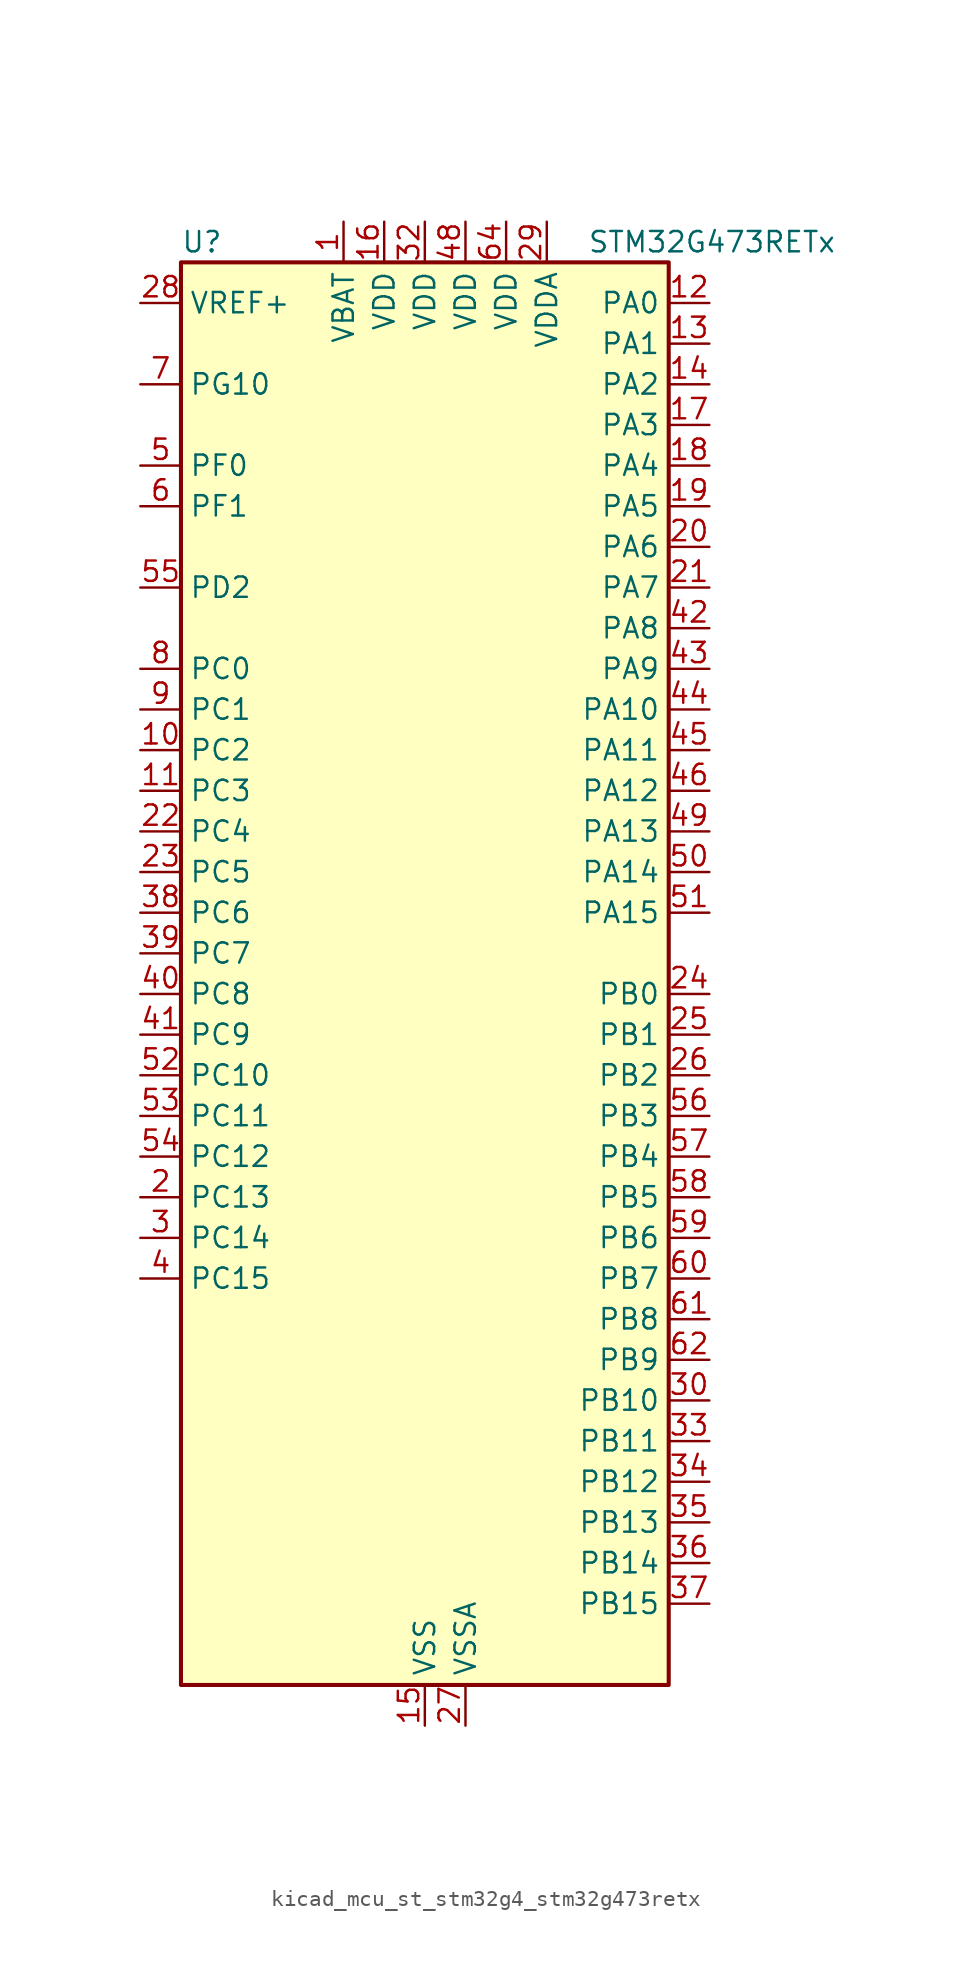
<source format=kicad_sym>
(kicad_symbol_lib
  (version 20220914)
  (generator kicad_symbol_editor)
  (symbol "kicad_mcu_st_stm32g4_stm32g473retx"
    (property "Reference" "U"
      (at -15.24 46.99 0)
      (effects (font (size 1.27 1.27)) (justify left)))
    (property "Value" "STM32G473RETx"
      (at 10.16 46.99 0)
      (effects (font (size 1.27 1.27)) (justify left)))
    (property "ki_locked" ""
      (at 0 0 0)
      (effects (font (size 1.27 1.27))))
    (symbol "kicad_mcu_st_stm32g4_stm32g473retx_0_1"
      (rectangle (start -15.24 -43.18) (end 15.24 45.72) (stroke (width 0.254) (type default)) (fill (type background))))
    (symbol "kicad_mcu_st_stm32g4_stm32g473retx_1_1"
      (pin power_in line (at -5.08 48.26 270) (length 2.54) (name "VBAT" (effects (font (size 1.27 1.27)))) (number "1" (effects (font (size 1.27 1.27)))))
      (pin bidirectional line (at -17.78 15.24 0) (length 2.54) (name "PC2" (effects (font (size 1.27 1.27)))) (number "10" (effects (font (size 1.27 1.27)))) (alternate "ADC1_IN8" bidirectional line) (alternate "ADC2_IN8" bidirectional line) (alternate "ADC3_EXTI2" bidirectional line) (alternate "ADC4_EXTI2" bidirectional line) (alternate "ADC5_EXTI2" bidirectional line) (alternate "COMP3_OUT" bidirectional line) (alternate "LPTIM1_IN2" bidirectional line) (alternate "QUADSPI1_BK2_IO1" bidirectional line) (alternate "TIM1_CH3" bidirectional line) (alternate "TIM20_CH2" bidirectional line))
      (pin bidirectional line (at -17.78 12.7 0) (length 2.54) (name "PC3" (effects (font (size 1.27 1.27)))) (number "11" (effects (font (size 1.27 1.27)))) (alternate "ADC1_IN9" bidirectional line) (alternate "ADC2_IN9" bidirectional line) (alternate "ADC3_EXTI3" bidirectional line) (alternate "ADC4_EXTI3" bidirectional line) (alternate "ADC5_EXTI3" bidirectional line) (alternate "LPTIM1_ETR" bidirectional line) (alternate "OPAMP5_VINP" bidirectional line) (alternate "OPAMP5_VINP_SEC" bidirectional line) (alternate "QUADSPI1_BK2_IO2" bidirectional line) (alternate "SAI1_D1" bidirectional line) (alternate "SAI1_SD_A" bidirectional line) (alternate "TIM1_BKIN2" bidirectional line) (alternate "TIM1_CH4" bidirectional line))
      (pin bidirectional line (at 17.78 43.18 180) (length 2.54) (name "PA0" (effects (font (size 1.27 1.27)))) (number "12" (effects (font (size 1.27 1.27)))) (alternate "ADC1_IN1" bidirectional line) (alternate "ADC2_IN1" bidirectional line) (alternate "COMP1_INM" bidirectional line) (alternate "COMP1_OUT" bidirectional line) (alternate "COMP3_INP" bidirectional line) (alternate "RTC_TAMP2" bidirectional line) (alternate "SYS_WKUP1" bidirectional line) (alternate "TIM2_CH1" bidirectional line) (alternate "TIM2_ETR" bidirectional line) (alternate "TIM5_CH1" bidirectional line) (alternate "TIM8_BKIN" bidirectional line) (alternate "TIM8_ETR" bidirectional line) (alternate "USART2_CTS" bidirectional line) (alternate "USART2_NSS" bidirectional line))
      (pin bidirectional line (at 17.78 40.64 180) (length 2.54) (name "PA1" (effects (font (size 1.27 1.27)))) (number "13" (effects (font (size 1.27 1.27)))) (alternate "ADC1_IN2" bidirectional line) (alternate "ADC2_IN2" bidirectional line) (alternate "COMP1_INP" bidirectional line) (alternate "OPAMP1_VINP" bidirectional line) (alternate "OPAMP1_VINP_SEC" bidirectional line) (alternate "OPAMP3_VINP" bidirectional line) (alternate "OPAMP3_VINP_SEC" bidirectional line) (alternate "OPAMP6_VINM" bidirectional line) (alternate "OPAMP6_VINM0" bidirectional line) (alternate "OPAMP6_VINM_SEC" bidirectional line) (alternate "RTC_REFIN" bidirectional line) (alternate "TIM15_CH1N" bidirectional line) (alternate "TIM2_CH2" bidirectional line) (alternate "TIM5_CH2" bidirectional line) (alternate "USART2_DE" bidirectional line) (alternate "USART2_RTS" bidirectional line))
      (pin bidirectional line (at 17.78 38.1 180) (length 2.54) (name "PA2" (effects (font (size 1.27 1.27)))) (number "14" (effects (font (size 1.27 1.27)))) (alternate "ADC1_IN3" bidirectional line) (alternate "ADC3_EXTI2" bidirectional line) (alternate "ADC4_EXTI2" bidirectional line) (alternate "ADC5_EXTI2" bidirectional line) (alternate "COMP2_INM" bidirectional line) (alternate "COMP2_OUT" bidirectional line) (alternate "LPUART1_TX" bidirectional line) (alternate "OPAMP1_VOUT" bidirectional line) (alternate "QUADSPI1_BK1_NCS" bidirectional line) (alternate "RCC_LSCO" bidirectional line) (alternate "SYS_WKUP4" bidirectional line) (alternate "TIM15_CH1" bidirectional line) (alternate "TIM2_CH3" bidirectional line) (alternate "TIM5_CH3" bidirectional line) (alternate "UCPD1_FRSTX1" bidirectional line) (alternate "UCPD1_FRSTX2" bidirectional line) (alternate "USART2_TX" bidirectional line))
      (pin power_in line (at 0 -45.72 90) (length 2.54) (name "VSS" (effects (font (size 1.27 1.27)))) (number "15" (effects (font (size 1.27 1.27)))))
      (pin power_in line (at -2.54 48.26 270) (length 2.54) (name "VDD" (effects (font (size 1.27 1.27)))) (number "16" (effects (font (size 1.27 1.27)))))
      (pin bidirectional line (at 17.78 35.56 180) (length 2.54) (name "PA3" (effects (font (size 1.27 1.27)))) (number "17" (effects (font (size 1.27 1.27)))) (alternate "ADC1_IN4" bidirectional line) (alternate "ADC3_EXTI3" bidirectional line) (alternate "ADC4_EXTI3" bidirectional line) (alternate "ADC5_EXTI3" bidirectional line) (alternate "COMP2_INP" bidirectional line) (alternate "LPUART1_RX" bidirectional line) (alternate "OPAMP1_VINM" bidirectional line) (alternate "OPAMP1_VINM0" bidirectional line) (alternate "OPAMP1_VINM_SEC" bidirectional line) (alternate "OPAMP1_VINP" bidirectional line) (alternate "OPAMP1_VINP_SEC" bidirectional line) (alternate "OPAMP5_VINM" bidirectional line) (alternate "OPAMP5_VINM1" bidirectional line) (alternate "OPAMP5_VINM_SEC" bidirectional line) (alternate "QUADSPI1_CLK" bidirectional line) (alternate "SAI1_CK1" bidirectional line) (alternate "SAI1_MCLK_A" bidirectional line) (alternate "TIM15_CH2" bidirectional line) (alternate "TIM2_CH4" bidirectional line) (alternate "TIM5_CH4" bidirectional line) (alternate "USART2_RX" bidirectional line))
      (pin bidirectional line (at 17.78 33.02 180) (length 2.54) (name "PA4" (effects (font (size 1.27 1.27)))) (number "18" (effects (font (size 1.27 1.27)))) (alternate "ADC2_IN17" bidirectional line) (alternate "COMP1_INM" bidirectional line) (alternate "DAC1_OUT1" bidirectional line) (alternate "I2S3_WS" bidirectional line) (alternate "SAI1_FS_B" bidirectional line) (alternate "SPI1_NSS" bidirectional line) (alternate "SPI3_NSS" bidirectional line) (alternate "TIM3_CH2" bidirectional line) (alternate "USART2_CK" bidirectional line))
      (pin bidirectional line (at 17.78 30.48 180) (length 2.54) (name "PA5" (effects (font (size 1.27 1.27)))) (number "19" (effects (font (size 1.27 1.27)))) (alternate "ADC2_IN13" bidirectional line) (alternate "COMP2_INM" bidirectional line) (alternate "DAC1_OUT2" bidirectional line) (alternate "OPAMP2_VINM" bidirectional line) (alternate "OPAMP2_VINM0" bidirectional line) (alternate "OPAMP2_VINM_SEC" bidirectional line) (alternate "SPI1_SCK" bidirectional line) (alternate "TIM2_CH1" bidirectional line) (alternate "TIM2_ETR" bidirectional line) (alternate "UCPD1_FRSTX1" bidirectional line) (alternate "UCPD1_FRSTX2" bidirectional line))
      (pin bidirectional line (at -17.78 -12.7 0) (length 2.54) (name "PC13" (effects (font (size 1.27 1.27)))) (number "2" (effects (font (size 1.27 1.27)))) (alternate "RTC_OUT1" bidirectional line) (alternate "RTC_TAMP1" bidirectional line) (alternate "RTC_TS" bidirectional line) (alternate "SYS_WKUP2" bidirectional line) (alternate "TIM1_BKIN" bidirectional line) (alternate "TIM1_CH1N" bidirectional line) (alternate "TIM8_CH4N" bidirectional line))
      (pin bidirectional line (at 17.78 27.94 180) (length 2.54) (name "PA6" (effects (font (size 1.27 1.27)))) (number "20" (effects (font (size 1.27 1.27)))) (alternate "ADC2_IN3" bidirectional line) (alternate "COMP1_OUT" bidirectional line) (alternate "DAC2_OUT1" bidirectional line) (alternate "LPUART1_CTS" bidirectional line) (alternate "OPAMP2_VOUT" bidirectional line) (alternate "QUADSPI1_BK1_IO3" bidirectional line) (alternate "SPI1_MISO" bidirectional line) (alternate "TIM16_CH1" bidirectional line) (alternate "TIM1_BKIN" bidirectional line) (alternate "TIM3_CH1" bidirectional line) (alternate "TIM8_BKIN" bidirectional line))
      (pin bidirectional line (at 17.78 25.4 180) (length 2.54) (name "PA7" (effects (font (size 1.27 1.27)))) (number "21" (effects (font (size 1.27 1.27)))) (alternate "ADC2_IN4" bidirectional line) (alternate "COMP2_INP" bidirectional line) (alternate "COMP2_OUT" bidirectional line) (alternate "OPAMP1_VINP" bidirectional line) (alternate "OPAMP1_VINP_SEC" bidirectional line) (alternate "OPAMP2_VINP" bidirectional line) (alternate "OPAMP2_VINP_SEC" bidirectional line) (alternate "QUADSPI1_BK1_IO2" bidirectional line) (alternate "SPI1_MOSI" bidirectional line) (alternate "TIM17_CH1" bidirectional line) (alternate "TIM1_CH1N" bidirectional line) (alternate "TIM3_CH2" bidirectional line) (alternate "TIM8_CH1N" bidirectional line) (alternate "UCPD1_FRSTX1" bidirectional line) (alternate "UCPD1_FRSTX2" bidirectional line))
      (pin bidirectional line (at -17.78 10.16 0) (length 2.54) (name "PC4" (effects (font (size 1.27 1.27)))) (number "22" (effects (font (size 1.27 1.27)))) (alternate "ADC2_IN5" bidirectional line) (alternate "I2C2_SCL" bidirectional line) (alternate "QUADSPI1_BK2_IO3" bidirectional line) (alternate "TIM1_ETR" bidirectional line) (alternate "USART1_TX" bidirectional line))
      (pin bidirectional line (at -17.78 7.62 0) (length 2.54) (name "PC5" (effects (font (size 1.27 1.27)))) (number "23" (effects (font (size 1.27 1.27)))) (alternate "ADC2_IN11" bidirectional line) (alternate "OPAMP1_VINM" bidirectional line) (alternate "OPAMP1_VINM1" bidirectional line) (alternate "OPAMP1_VINM_SEC" bidirectional line) (alternate "OPAMP2_VINM" bidirectional line) (alternate "OPAMP2_VINM1" bidirectional line) (alternate "OPAMP2_VINM_SEC" bidirectional line) (alternate "SAI1_D3" bidirectional line) (alternate "SYS_WKUP5" bidirectional line) (alternate "TIM15_BKIN" bidirectional line) (alternate "TIM1_CH4N" bidirectional line) (alternate "USART1_RX" bidirectional line))
      (pin bidirectional line (at 17.78 0 180) (length 2.54) (name "PB0" (effects (font (size 1.27 1.27)))) (number "24" (effects (font (size 1.27 1.27)))) (alternate "ADC1_IN15" bidirectional line) (alternate "ADC3_IN12" bidirectional line) (alternate "COMP4_INP" bidirectional line) (alternate "OPAMP2_VINP" bidirectional line) (alternate "OPAMP2_VINP_SEC" bidirectional line) (alternate "OPAMP3_VINP" bidirectional line) (alternate "OPAMP3_VINP_SEC" bidirectional line) (alternate "QUADSPI1_BK1_IO1" bidirectional line) (alternate "TIM1_CH2N" bidirectional line) (alternate "TIM3_CH3" bidirectional line) (alternate "TIM8_CH2N" bidirectional line) (alternate "UCPD1_FRSTX1" bidirectional line) (alternate "UCPD1_FRSTX2" bidirectional line))
      (pin bidirectional line (at 17.78 -2.54 180) (length 2.54) (name "PB1" (effects (font (size 1.27 1.27)))) (number "25" (effects (font (size 1.27 1.27)))) (alternate "ADC1_IN12" bidirectional line) (alternate "ADC3_IN1" bidirectional line) (alternate "COMP1_INP" bidirectional line) (alternate "COMP4_OUT" bidirectional line) (alternate "LPUART1_DE" bidirectional line) (alternate "LPUART1_RTS" bidirectional line) (alternate "OPAMP3_VOUT" bidirectional line) (alternate "OPAMP6_VINM" bidirectional line) (alternate "OPAMP6_VINM1" bidirectional line) (alternate "OPAMP6_VINM_SEC" bidirectional line) (alternate "QUADSPI1_BK1_IO0" bidirectional line) (alternate "TIM1_CH3N" bidirectional line) (alternate "TIM3_CH4" bidirectional line) (alternate "TIM8_CH3N" bidirectional line))
      (pin bidirectional line (at 17.78 -5.08 180) (length 2.54) (name "PB2" (effects (font (size 1.27 1.27)))) (number "26" (effects (font (size 1.27 1.27)))) (alternate "ADC2_IN12" bidirectional line) (alternate "ADC3_EXTI2" bidirectional line) (alternate "ADC4_EXTI2" bidirectional line) (alternate "ADC5_EXTI2" bidirectional line) (alternate "COMP4_INM" bidirectional line) (alternate "I2C3_SMBA" bidirectional line) (alternate "LPTIM1_OUT" bidirectional line) (alternate "OPAMP3_VINM" bidirectional line) (alternate "OPAMP3_VINM0" bidirectional line) (alternate "OPAMP3_VINM_SEC" bidirectional line) (alternate "QUADSPI1_BK2_IO1" bidirectional line) (alternate "RTC_OUT2" bidirectional line) (alternate "TIM20_CH1" bidirectional line) (alternate "TIM5_CH1" bidirectional line))
      (pin power_in line (at 2.54 -45.72 90) (length 2.54) (name "VSSA" (effects (font (size 1.27 1.27)))) (number "27" (effects (font (size 1.27 1.27)))))
      (pin input line (at -17.78 43.18 0) (length 2.54) (name "VREF+" (effects (font (size 1.27 1.27)))) (number "28" (effects (font (size 1.27 1.27)))) (alternate "VREFBUF_OUT" bidirectional line))
      (pin power_in line (at 7.62 48.26 270) (length 2.54) (name "VDDA" (effects (font (size 1.27 1.27)))) (number "29" (effects (font (size 1.27 1.27)))))
      (pin bidirectional line (at -17.78 -15.24 0) (length 2.54) (name "PC14" (effects (font (size 1.27 1.27)))) (number "3" (effects (font (size 1.27 1.27)))) (alternate "RCC_OSC32_IN" bidirectional line))
      (pin bidirectional line (at 17.78 -25.4 180) (length 2.54) (name "PB10" (effects (font (size 1.27 1.27)))) (number "30" (effects (font (size 1.27 1.27)))) (alternate "COMP5_INM" bidirectional line) (alternate "DAC1_EXTI10" bidirectional line) (alternate "DAC2_EXTI10" bidirectional line) (alternate "DAC3_EXTI10" bidirectional line) (alternate "DAC4_EXTI10" bidirectional line) (alternate "LPUART1_RX" bidirectional line) (alternate "OPAMP3_VINM" bidirectional line) (alternate "OPAMP3_VINM1" bidirectional line) (alternate "OPAMP3_VINM_SEC" bidirectional line) (alternate "OPAMP4_VINM" bidirectional line) (alternate "OPAMP4_VINM0" bidirectional line) (alternate "OPAMP4_VINM_SEC" bidirectional line) (alternate "QUADSPI1_CLK" bidirectional line) (alternate "SAI1_SCK_A" bidirectional line) (alternate "TIM1_BKIN" bidirectional line) (alternate "TIM2_CH3" bidirectional line) (alternate "USART3_TX" bidirectional line))
      (pin passive line (at 0 -45.72 90) (length 2.54) hide (name "VSS" (effects (font (size 1.27 1.27)))) (number "31" (effects (font (size 1.27 1.27)))))
      (pin power_in line (at 0 48.26 270) (length 2.54) (name "VDD" (effects (font (size 1.27 1.27)))) (number "32" (effects (font (size 1.27 1.27)))))
      (pin bidirectional line (at 17.78 -27.94 180) (length 2.54) (name "PB11" (effects (font (size 1.27 1.27)))) (number "33" (effects (font (size 1.27 1.27)))) (alternate "ADC1_EXTI11" bidirectional line) (alternate "ADC1_IN14" bidirectional line) (alternate "ADC2_EXTI11" bidirectional line) (alternate "ADC2_IN14" bidirectional line) (alternate "COMP6_INP" bidirectional line) (alternate "LPUART1_TX" bidirectional line) (alternate "OPAMP4_VINP" bidirectional line) (alternate "OPAMP4_VINP_SEC" bidirectional line) (alternate "OPAMP6_VOUT" bidirectional line) (alternate "QUADSPI1_BK1_NCS" bidirectional line) (alternate "TIM2_CH4" bidirectional line) (alternate "USART3_RX" bidirectional line))
      (pin bidirectional line (at 17.78 -30.48 180) (length 2.54) (name "PB12" (effects (font (size 1.27 1.27)))) (number "34" (effects (font (size 1.27 1.27)))) (alternate "ADC1_IN11" bidirectional line) (alternate "ADC4_IN3" bidirectional line) (alternate "COMP7_INM" bidirectional line) (alternate "FDCAN2_RX" bidirectional line) (alternate "I2C2_SMBA" bidirectional line) (alternate "I2S2_WS" bidirectional line) (alternate "LPUART1_DE" bidirectional line) (alternate "LPUART1_RTS" bidirectional line) (alternate "OPAMP4_VOUT" bidirectional line) (alternate "OPAMP6_VINP" bidirectional line) (alternate "OPAMP6_VINP_SEC" bidirectional line) (alternate "SPI2_NSS" bidirectional line) (alternate "TIM1_BKIN" bidirectional line) (alternate "TIM5_ETR" bidirectional line) (alternate "USART3_CK" bidirectional line))
      (pin bidirectional line (at 17.78 -33.02 180) (length 2.54) (name "PB13" (effects (font (size 1.27 1.27)))) (number "35" (effects (font (size 1.27 1.27)))) (alternate "ADC3_IN5" bidirectional line) (alternate "COMP5_INP" bidirectional line) (alternate "FDCAN2_TX" bidirectional line) (alternate "I2S2_CK" bidirectional line) (alternate "LPUART1_CTS" bidirectional line) (alternate "OPAMP3_VINP" bidirectional line) (alternate "OPAMP3_VINP_SEC" bidirectional line) (alternate "OPAMP4_VINP" bidirectional line) (alternate "OPAMP4_VINP_SEC" bidirectional line) (alternate "OPAMP6_VINP" bidirectional line) (alternate "OPAMP6_VINP_SEC" bidirectional line) (alternate "SPI2_SCK" bidirectional line) (alternate "TIM1_CH1N" bidirectional line) (alternate "USART3_CTS" bidirectional line) (alternate "USART3_NSS" bidirectional line))
      (pin bidirectional line (at 17.78 -35.56 180) (length 2.54) (name "PB14" (effects (font (size 1.27 1.27)))) (number "36" (effects (font (size 1.27 1.27)))) (alternate "ADC1_IN5" bidirectional line) (alternate "ADC4_IN4" bidirectional line) (alternate "COMP4_OUT" bidirectional line) (alternate "COMP7_INP" bidirectional line) (alternate "OPAMP2_VINP" bidirectional line) (alternate "OPAMP2_VINP_SEC" bidirectional line) (alternate "OPAMP5_VINP" bidirectional line) (alternate "OPAMP5_VINP_SEC" bidirectional line) (alternate "SPI2_MISO" bidirectional line) (alternate "TIM15_CH1" bidirectional line) (alternate "TIM1_CH2N" bidirectional line) (alternate "USART3_DE" bidirectional line) (alternate "USART3_RTS" bidirectional line))
      (pin bidirectional line (at 17.78 -38.1 180) (length 2.54) (name "PB15" (effects (font (size 1.27 1.27)))) (number "37" (effects (font (size 1.27 1.27)))) (alternate "ADC1_EXTI15" bidirectional line) (alternate "ADC2_EXTI15" bidirectional line) (alternate "ADC2_IN15" bidirectional line) (alternate "ADC4_IN5" bidirectional line) (alternate "COMP3_OUT" bidirectional line) (alternate "COMP6_INM" bidirectional line) (alternate "I2S2_SD" bidirectional line) (alternate "OPAMP5_VINM" bidirectional line) (alternate "OPAMP5_VINM0" bidirectional line) (alternate "OPAMP5_VINM_SEC" bidirectional line) (alternate "RTC_REFIN" bidirectional line) (alternate "SPI2_MOSI" bidirectional line) (alternate "TIM15_CH1N" bidirectional line) (alternate "TIM15_CH2" bidirectional line) (alternate "TIM1_CH3N" bidirectional line))
      (pin bidirectional line (at -17.78 5.08 0) (length 2.54) (name "PC6" (effects (font (size 1.27 1.27)))) (number "38" (effects (font (size 1.27 1.27)))) (alternate "COMP6_OUT" bidirectional line) (alternate "I2C4_SCL" bidirectional line) (alternate "I2S2_MCK" bidirectional line) (alternate "TIM3_CH1" bidirectional line) (alternate "TIM8_CH1" bidirectional line))
      (pin bidirectional line (at -17.78 2.54 0) (length 2.54) (name "PC7" (effects (font (size 1.27 1.27)))) (number "39" (effects (font (size 1.27 1.27)))) (alternate "COMP5_OUT" bidirectional line) (alternate "I2C4_SDA" bidirectional line) (alternate "I2S3_MCK" bidirectional line) (alternate "TIM3_CH2" bidirectional line) (alternate "TIM8_CH2" bidirectional line))
      (pin bidirectional line (at -17.78 -17.78 0) (length 2.54) (name "PC15" (effects (font (size 1.27 1.27)))) (number "4" (effects (font (size 1.27 1.27)))) (alternate "ADC1_EXTI15" bidirectional line) (alternate "ADC2_EXTI15" bidirectional line) (alternate "RCC_OSC32_OUT" bidirectional line))
      (pin bidirectional line (at -17.78 0 0) (length 2.54) (name "PC8" (effects (font (size 1.27 1.27)))) (number "40" (effects (font (size 1.27 1.27)))) (alternate "COMP7_OUT" bidirectional line) (alternate "I2C3_SCL" bidirectional line) (alternate "TIM20_CH3" bidirectional line) (alternate "TIM3_CH3" bidirectional line) (alternate "TIM8_CH3" bidirectional line))
      (pin bidirectional line (at -17.78 -2.54 0) (length 2.54) (name "PC9" (effects (font (size 1.27 1.27)))) (number "41" (effects (font (size 1.27 1.27)))) (alternate "DAC1_EXTI9" bidirectional line) (alternate "DAC2_EXTI9" bidirectional line) (alternate "DAC3_EXTI9" bidirectional line) (alternate "DAC4_EXTI9" bidirectional line) (alternate "I2C3_SDA" bidirectional line) (alternate "I2S_CKIN" bidirectional line) (alternate "TIM3_CH4" bidirectional line) (alternate "TIM8_BKIN2" bidirectional line) (alternate "TIM8_CH4" bidirectional line))
      (pin bidirectional line (at 17.78 22.86 180) (length 2.54) (name "PA8" (effects (font (size 1.27 1.27)))) (number "42" (effects (font (size 1.27 1.27)))) (alternate "ADC5_IN1" bidirectional line) (alternate "COMP7_OUT" bidirectional line) (alternate "FDCAN3_RX" bidirectional line) (alternate "I2C2_SDA" bidirectional line) (alternate "I2C3_SCL" bidirectional line) (alternate "I2S2_MCK" bidirectional line) (alternate "OPAMP5_VOUT" bidirectional line) (alternate "RCC_MCO" bidirectional line) (alternate "SAI1_CK2" bidirectional line) (alternate "SAI1_SCK_A" bidirectional line) (alternate "TIM1_CH1" bidirectional line) (alternate "TIM4_ETR" bidirectional line) (alternate "USART1_CK" bidirectional line))
      (pin bidirectional line (at 17.78 20.32 180) (length 2.54) (name "PA9" (effects (font (size 1.27 1.27)))) (number "43" (effects (font (size 1.27 1.27)))) (alternate "ADC5_IN2" bidirectional line) (alternate "COMP5_OUT" bidirectional line) (alternate "DAC1_EXTI9" bidirectional line) (alternate "DAC2_EXTI9" bidirectional line) (alternate "DAC3_EXTI9" bidirectional line) (alternate "DAC4_EXTI9" bidirectional line) (alternate "I2C2_SCL" bidirectional line) (alternate "I2C3_SMBA" bidirectional line) (alternate "I2S3_MCK" bidirectional line) (alternate "SAI1_FS_A" bidirectional line) (alternate "TIM15_BKIN" bidirectional line) (alternate "TIM1_CH2" bidirectional line) (alternate "TIM2_CH3" bidirectional line) (alternate "UCPD1_DBCC1" bidirectional line) (alternate "USART1_TX" bidirectional line))
      (pin bidirectional line (at 17.78 17.78 180) (length 2.54) (name "PA10" (effects (font (size 1.27 1.27)))) (number "44" (effects (font (size 1.27 1.27)))) (alternate "COMP6_OUT" bidirectional line) (alternate "CRS_SYNC" bidirectional line) (alternate "DAC1_EXTI10" bidirectional line) (alternate "DAC2_EXTI10" bidirectional line) (alternate "DAC3_EXTI10" bidirectional line) (alternate "DAC4_EXTI10" bidirectional line) (alternate "I2C2_SMBA" bidirectional line) (alternate "SAI1_D1" bidirectional line) (alternate "SAI1_SD_A" bidirectional line) (alternate "SPI2_MISO" bidirectional line) (alternate "TIM17_BKIN" bidirectional line) (alternate "TIM1_CH3" bidirectional line) (alternate "TIM2_CH4" bidirectional line) (alternate "TIM8_BKIN" bidirectional line) (alternate "UCPD1_DBCC2" bidirectional line) (alternate "USART1_RX" bidirectional line))
      (pin bidirectional line (at 17.78 15.24 180) (length 2.54) (name "PA11" (effects (font (size 1.27 1.27)))) (number "45" (effects (font (size 1.27 1.27)))) (alternate "ADC1_EXTI11" bidirectional line) (alternate "ADC2_EXTI11" bidirectional line) (alternate "COMP1_OUT" bidirectional line) (alternate "FDCAN1_RX" bidirectional line) (alternate "I2S2_SD" bidirectional line) (alternate "SPI2_MOSI" bidirectional line) (alternate "TIM1_BKIN2" bidirectional line) (alternate "TIM1_CH1N" bidirectional line) (alternate "TIM1_CH4" bidirectional line) (alternate "TIM4_CH1" bidirectional line) (alternate "USART1_CTS" bidirectional line) (alternate "USART1_NSS" bidirectional line) (alternate "USB_DM" bidirectional line))
      (pin bidirectional line (at 17.78 12.7 180) (length 2.54) (name "PA12" (effects (font (size 1.27 1.27)))) (number "46" (effects (font (size 1.27 1.27)))) (alternate "COMP2_OUT" bidirectional line) (alternate "FDCAN1_TX" bidirectional line) (alternate "I2S_CKIN" bidirectional line) (alternate "TIM16_CH1" bidirectional line) (alternate "TIM1_CH2N" bidirectional line) (alternate "TIM1_ETR" bidirectional line) (alternate "TIM4_CH2" bidirectional line) (alternate "USART1_DE" bidirectional line) (alternate "USART1_RTS" bidirectional line) (alternate "USB_DP" bidirectional line))
      (pin passive line (at 0 -45.72 90) (length 2.54) hide (name "VSS" (effects (font (size 1.27 1.27)))) (number "47" (effects (font (size 1.27 1.27)))))
      (pin power_in line (at 2.54 48.26 270) (length 2.54) (name "VDD" (effects (font (size 1.27 1.27)))) (number "48" (effects (font (size 1.27 1.27)))))
      (pin bidirectional line (at 17.78 10.16 180) (length 2.54) (name "PA13" (effects (font (size 1.27 1.27)))) (number "49" (effects (font (size 1.27 1.27)))) (alternate "I2C1_SCL" bidirectional line) (alternate "I2C4_SCL" bidirectional line) (alternate "IR_OUT" bidirectional line) (alternate "SAI1_SD_B" bidirectional line) (alternate "SYS_JTMS-SWDIO" bidirectional line) (alternate "TIM16_CH1N" bidirectional line) (alternate "TIM4_CH3" bidirectional line) (alternate "USART3_CTS" bidirectional line) (alternate "USART3_NSS" bidirectional line))
      (pin bidirectional line (at -17.78 33.02 0) (length 2.54) (name "PF0" (effects (font (size 1.27 1.27)))) (number "5" (effects (font (size 1.27 1.27)))) (alternate "ADC1_IN10" bidirectional line) (alternate "I2C2_SDA" bidirectional line) (alternate "I2S2_WS" bidirectional line) (alternate "RCC_OSC_IN" bidirectional line) (alternate "SPI2_NSS" bidirectional line) (alternate "TIM1_CH3N" bidirectional line))
      (pin bidirectional line (at 17.78 7.62 180) (length 2.54) (name "PA14" (effects (font (size 1.27 1.27)))) (number "50" (effects (font (size 1.27 1.27)))) (alternate "I2C1_SDA" bidirectional line) (alternate "I2C4_SMBA" bidirectional line) (alternate "LPTIM1_OUT" bidirectional line) (alternate "SAI1_FS_B" bidirectional line) (alternate "SYS_JTCK-SWCLK" bidirectional line) (alternate "TIM1_BKIN" bidirectional line) (alternate "TIM8_CH2" bidirectional line) (alternate "USART2_TX" bidirectional line))
      (pin bidirectional line (at 17.78 5.08 180) (length 2.54) (name "PA15" (effects (font (size 1.27 1.27)))) (number "51" (effects (font (size 1.27 1.27)))) (alternate "ADC1_EXTI15" bidirectional line) (alternate "ADC2_EXTI15" bidirectional line) (alternate "FDCAN3_TX" bidirectional line) (alternate "I2C1_SCL" bidirectional line) (alternate "I2S3_WS" bidirectional line) (alternate "SPI1_NSS" bidirectional line) (alternate "SPI3_NSS" bidirectional line) (alternate "SYS_JTDI" bidirectional line) (alternate "TIM1_BKIN" bidirectional line) (alternate "TIM2_CH1" bidirectional line) (alternate "TIM2_ETR" bidirectional line) (alternate "TIM8_CH1" bidirectional line) (alternate "UART4_DE" bidirectional line) (alternate "UART4_RTS" bidirectional line) (alternate "USART2_RX" bidirectional line))
      (pin bidirectional line (at -17.78 -5.08 0) (length 2.54) (name "PC10" (effects (font (size 1.27 1.27)))) (number "52" (effects (font (size 1.27 1.27)))) (alternate "DAC1_EXTI10" bidirectional line) (alternate "DAC2_EXTI10" bidirectional line) (alternate "DAC3_EXTI10" bidirectional line) (alternate "DAC4_EXTI10" bidirectional line) (alternate "I2S3_CK" bidirectional line) (alternate "SPI3_SCK" bidirectional line) (alternate "TIM8_CH1N" bidirectional line) (alternate "UART4_TX" bidirectional line) (alternate "USART3_TX" bidirectional line))
      (pin bidirectional line (at -17.78 -7.62 0) (length 2.54) (name "PC11" (effects (font (size 1.27 1.27)))) (number "53" (effects (font (size 1.27 1.27)))) (alternate "ADC1_EXTI11" bidirectional line) (alternate "ADC2_EXTI11" bidirectional line) (alternate "I2C3_SDA" bidirectional line) (alternate "SPI3_MISO" bidirectional line) (alternate "TIM8_CH2N" bidirectional line) (alternate "UART4_RX" bidirectional line) (alternate "USART3_RX" bidirectional line))
      (pin bidirectional line (at -17.78 -10.16 0) (length 2.54) (name "PC12" (effects (font (size 1.27 1.27)))) (number "54" (effects (font (size 1.27 1.27)))) (alternate "I2S3_SD" bidirectional line) (alternate "SPI3_MOSI" bidirectional line) (alternate "TIM5_CH2" bidirectional line) (alternate "TIM8_CH3N" bidirectional line) (alternate "UART5_TX" bidirectional line) (alternate "UCPD1_FRSTX1" bidirectional line) (alternate "UCPD1_FRSTX2" bidirectional line) (alternate "USART3_CK" bidirectional line))
      (pin bidirectional line (at -17.78 25.4 0) (length 2.54) (name "PD2" (effects (font (size 1.27 1.27)))) (number "55" (effects (font (size 1.27 1.27)))) (alternate "ADC3_EXTI2" bidirectional line) (alternate "ADC4_EXTI2" bidirectional line) (alternate "ADC5_EXTI2" bidirectional line) (alternate "TIM3_ETR" bidirectional line) (alternate "TIM8_BKIN" bidirectional line) (alternate "UART5_RX" bidirectional line))
      (pin bidirectional line (at 17.78 -7.62 180) (length 2.54) (name "PB3" (effects (font (size 1.27 1.27)))) (number "56" (effects (font (size 1.27 1.27)))) (alternate "ADC3_EXTI3" bidirectional line) (alternate "ADC4_EXTI3" bidirectional line) (alternate "ADC5_EXTI3" bidirectional line) (alternate "CRS_SYNC" bidirectional line) (alternate "FDCAN3_RX" bidirectional line) (alternate "I2S3_CK" bidirectional line) (alternate "SAI1_SCK_B" bidirectional line) (alternate "SPI1_SCK" bidirectional line) (alternate "SPI3_SCK" bidirectional line) (alternate "SYS_JTDO-SWO" bidirectional line) (alternate "TIM2_CH2" bidirectional line) (alternate "TIM3_ETR" bidirectional line) (alternate "TIM4_ETR" bidirectional line) (alternate "TIM8_CH1N" bidirectional line) (alternate "USART2_TX" bidirectional line))
      (pin bidirectional line (at 17.78 -10.16 180) (length 2.54) (name "PB4" (effects (font (size 1.27 1.27)))) (number "57" (effects (font (size 1.27 1.27)))) (alternate "FDCAN3_TX" bidirectional line) (alternate "SAI1_MCLK_B" bidirectional line) (alternate "SPI1_MISO" bidirectional line) (alternate "SPI3_MISO" bidirectional line) (alternate "SYS_JTRST" bidirectional line) (alternate "TIM16_CH1" bidirectional line) (alternate "TIM17_BKIN" bidirectional line) (alternate "TIM3_CH1" bidirectional line) (alternate "TIM8_CH2N" bidirectional line) (alternate "UART5_DE" bidirectional line) (alternate "UART5_RTS" bidirectional line) (alternate "UCPD1_CC2" bidirectional line) (alternate "USART2_RX" bidirectional line))
      (pin bidirectional line (at 17.78 -12.7 180) (length 2.54) (name "PB5" (effects (font (size 1.27 1.27)))) (number "58" (effects (font (size 1.27 1.27)))) (alternate "FDCAN2_RX" bidirectional line) (alternate "I2C1_SMBA" bidirectional line) (alternate "I2C3_SDA" bidirectional line) (alternate "I2S3_SD" bidirectional line) (alternate "LPTIM1_IN1" bidirectional line) (alternate "SAI1_SD_B" bidirectional line) (alternate "SPI1_MOSI" bidirectional line) (alternate "SPI3_MOSI" bidirectional line) (alternate "TIM16_BKIN" bidirectional line) (alternate "TIM17_CH1" bidirectional line) (alternate "TIM3_CH2" bidirectional line) (alternate "TIM8_CH3N" bidirectional line) (alternate "UART5_CTS" bidirectional line) (alternate "USART2_CK" bidirectional line))
      (pin bidirectional line (at 17.78 -15.24 180) (length 2.54) (name "PB6" (effects (font (size 1.27 1.27)))) (number "59" (effects (font (size 1.27 1.27)))) (alternate "COMP4_OUT" bidirectional line) (alternate "FDCAN2_TX" bidirectional line) (alternate "LPTIM1_ETR" bidirectional line) (alternate "SAI1_FS_B" bidirectional line) (alternate "TIM16_CH1N" bidirectional line) (alternate "TIM4_CH1" bidirectional line) (alternate "TIM8_BKIN2" bidirectional line) (alternate "TIM8_CH1" bidirectional line) (alternate "TIM8_ETR" bidirectional line) (alternate "UCPD1_CC1" bidirectional line) (alternate "USART1_TX" bidirectional line))
      (pin bidirectional line (at -17.78 30.48 0) (length 2.54) (name "PF1" (effects (font (size 1.27 1.27)))) (number "6" (effects (font (size 1.27 1.27)))) (alternate "ADC2_IN10" bidirectional line) (alternate "COMP3_INM" bidirectional line) (alternate "I2S2_CK" bidirectional line) (alternate "RCC_OSC_OUT" bidirectional line) (alternate "SPI2_SCK" bidirectional line))
      (pin bidirectional line (at 17.78 -17.78 180) (length 2.54) (name "PB7" (effects (font (size 1.27 1.27)))) (number "60" (effects (font (size 1.27 1.27)))) (alternate "COMP3_OUT" bidirectional line) (alternate "I2C1_SDA" bidirectional line) (alternate "I2C4_SDA" bidirectional line) (alternate "LPTIM1_IN2" bidirectional line) (alternate "SYS_PVD_IN" bidirectional line) (alternate "TIM17_CH1N" bidirectional line) (alternate "TIM3_CH4" bidirectional line) (alternate "TIM4_CH2" bidirectional line) (alternate "TIM8_BKIN" bidirectional line) (alternate "UART4_CTS" bidirectional line) (alternate "USART1_RX" bidirectional line))
      (pin bidirectional line (at 17.78 -20.32 180) (length 2.54) (name "PB8" (effects (font (size 1.27 1.27)))) (number "61" (effects (font (size 1.27 1.27)))) (alternate "COMP1_OUT" bidirectional line) (alternate "FDCAN1_RX" bidirectional line) (alternate "I2C1_SCL" bidirectional line) (alternate "SAI1_CK1" bidirectional line) (alternate "SAI1_MCLK_A" bidirectional line) (alternate "TIM16_CH1" bidirectional line) (alternate "TIM1_BKIN" bidirectional line) (alternate "TIM4_CH3" bidirectional line) (alternate "TIM8_CH2" bidirectional line) (alternate "USART3_RX" bidirectional line))
      (pin bidirectional line (at 17.78 -22.86 180) (length 2.54) (name "PB9" (effects (font (size 1.27 1.27)))) (number "62" (effects (font (size 1.27 1.27)))) (alternate "COMP2_OUT" bidirectional line) (alternate "DAC1_EXTI9" bidirectional line) (alternate "DAC2_EXTI9" bidirectional line) (alternate "DAC3_EXTI9" bidirectional line) (alternate "DAC4_EXTI9" bidirectional line) (alternate "FDCAN1_TX" bidirectional line) (alternate "I2C1_SDA" bidirectional line) (alternate "IR_OUT" bidirectional line) (alternate "SAI1_D2" bidirectional line) (alternate "SAI1_FS_A" bidirectional line) (alternate "TIM17_CH1" bidirectional line) (alternate "TIM1_CH3N" bidirectional line) (alternate "TIM4_CH4" bidirectional line) (alternate "TIM8_CH3" bidirectional line) (alternate "USART3_TX" bidirectional line))
      (pin passive line (at 0 -45.72 90) (length 2.54) hide (name "VSS" (effects (font (size 1.27 1.27)))) (number "63" (effects (font (size 1.27 1.27)))))
      (pin power_in line (at 5.08 48.26 270) (length 2.54) (name "VDD" (effects (font (size 1.27 1.27)))) (number "64" (effects (font (size 1.27 1.27)))))
      (pin bidirectional line (at -17.78 38.1 0) (length 2.54) (name "PG10" (effects (font (size 1.27 1.27)))) (number "7" (effects (font (size 1.27 1.27)))) (alternate "DAC1_EXTI10" bidirectional line) (alternate "DAC2_EXTI10" bidirectional line) (alternate "DAC3_EXTI10" bidirectional line) (alternate "DAC4_EXTI10" bidirectional line) (alternate "RCC_MCO" bidirectional line))
      (pin bidirectional line (at -17.78 20.32 0) (length 2.54) (name "PC0" (effects (font (size 1.27 1.27)))) (number "8" (effects (font (size 1.27 1.27)))) (alternate "ADC1_IN6" bidirectional line) (alternate "ADC2_IN6" bidirectional line) (alternate "COMP3_INM" bidirectional line) (alternate "LPTIM1_IN1" bidirectional line) (alternate "LPUART1_RX" bidirectional line) (alternate "TIM1_CH1" bidirectional line))
      (pin bidirectional line (at -17.78 17.78 0) (length 2.54) (name "PC1" (effects (font (size 1.27 1.27)))) (number "9" (effects (font (size 1.27 1.27)))) (alternate "ADC1_IN7" bidirectional line) (alternate "ADC2_IN7" bidirectional line) (alternate "COMP3_INP" bidirectional line) (alternate "LPTIM1_OUT" bidirectional line) (alternate "LPUART1_TX" bidirectional line) (alternate "QUADSPI1_BK2_IO0" bidirectional line) (alternate "SAI1_SD_A" bidirectional line) (alternate "TIM1_CH2" bidirectional line)))))
</source>
